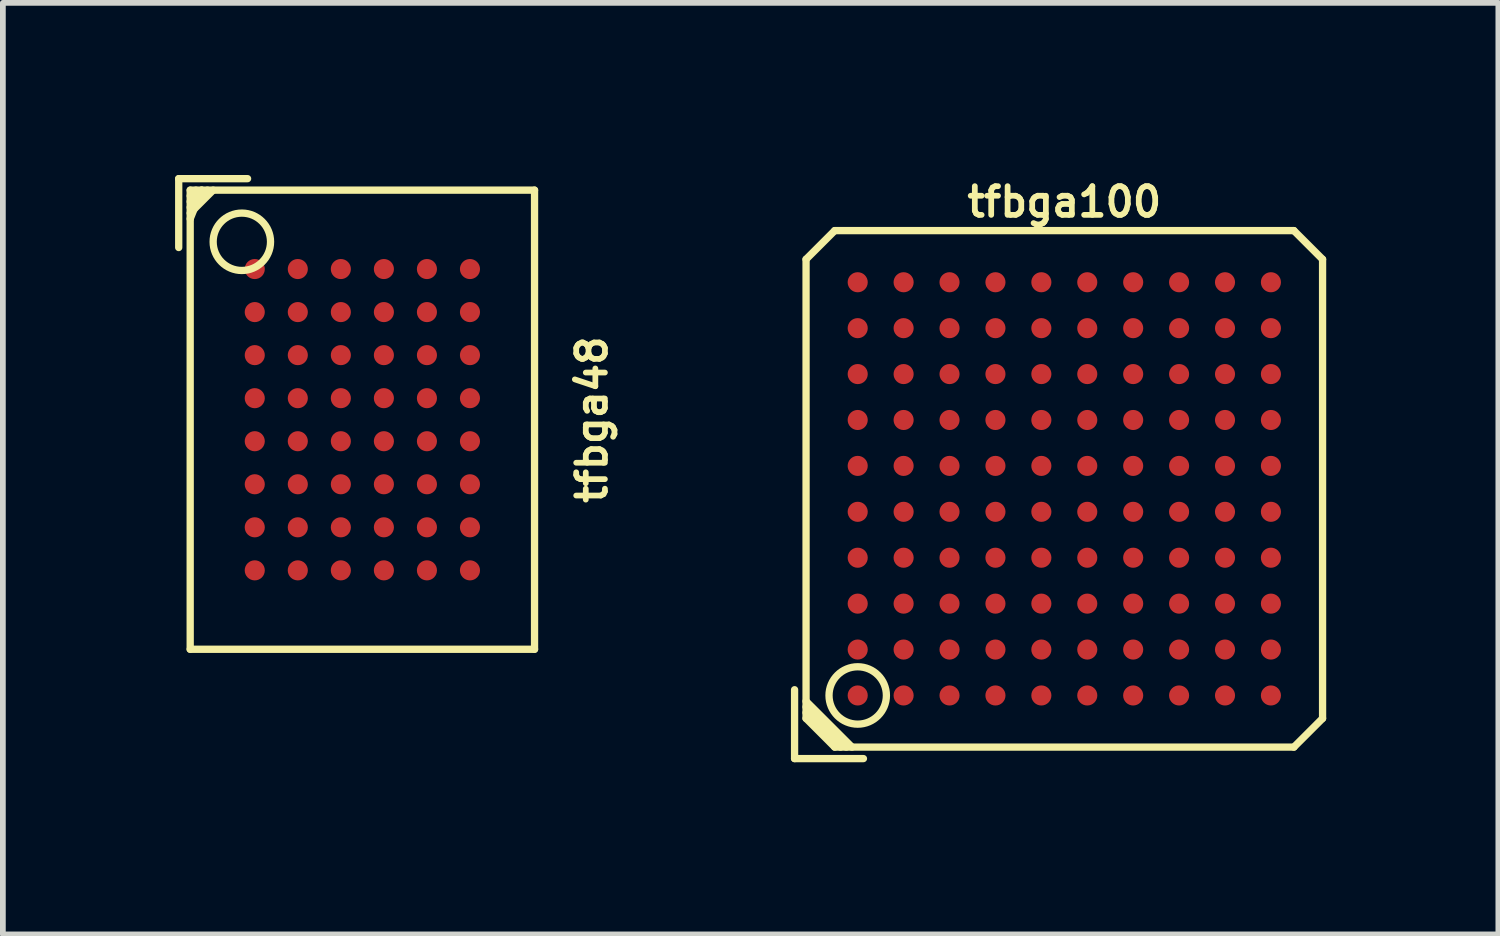
<source format=kicad_pcb>
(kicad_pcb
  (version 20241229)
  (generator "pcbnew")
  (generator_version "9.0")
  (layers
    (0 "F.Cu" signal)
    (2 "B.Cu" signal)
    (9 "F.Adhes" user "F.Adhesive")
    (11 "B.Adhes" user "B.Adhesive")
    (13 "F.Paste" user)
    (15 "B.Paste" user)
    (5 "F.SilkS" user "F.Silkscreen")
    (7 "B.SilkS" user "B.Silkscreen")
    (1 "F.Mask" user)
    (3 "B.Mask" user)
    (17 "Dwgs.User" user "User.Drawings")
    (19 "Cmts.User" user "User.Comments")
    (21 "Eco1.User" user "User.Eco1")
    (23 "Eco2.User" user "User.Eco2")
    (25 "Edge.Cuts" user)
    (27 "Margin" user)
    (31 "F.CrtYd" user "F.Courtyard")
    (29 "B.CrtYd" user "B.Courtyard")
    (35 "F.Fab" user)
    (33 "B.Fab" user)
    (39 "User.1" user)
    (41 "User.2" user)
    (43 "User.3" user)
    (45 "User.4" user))
  (footprint "tfbga48"
    (layer "F.Cu")
    (at 3.264 4.263)
    (property "Reference" "tfbga48" (at 4 0 90) (layer "F.SilkS") (effects (font (size 0.5 0.5) (thickness 0.1))))
    (attr through_hole)
    (fp_line (start -3.2 -4.2) (end -2 -4.2) (stroke (width 0.127) (type solid)) (layer "F.SilkS"))
    (fp_line (start -3.2 -3) (end -3.2 -4.2) (stroke (width 0.127) (type solid)) (layer "F.SilkS"))
    (fp_line (start -3 -4) (end 3 -4) (stroke (width 0.127) (type solid)) (layer "F.SilkS"))
    (fp_line (start -3 -3.9) (end -2.9 -4) (stroke (width 0.127) (type solid)) (layer "F.SilkS"))
    (fp_line (start -3 -3.6) (end -2.6 -4) (stroke (width 0.127) (type solid)) (layer "F.SilkS"))
    (fp_line (start -3 4) (end -3 -4) (stroke (width 0.127) (type solid)) (layer "F.SilkS"))
    (fp_line (start -2.8 -4) (end -3 -3.8) (stroke (width 0.127) (type solid)) (layer "F.SilkS"))
    (fp_line (start -2.8 -4) (end -3 -3.5) (stroke (width 0.127) (type solid)) (layer "F.SilkS"))
    (fp_line (start -2.7 -4) (end -3 -3.7) (stroke (width 0.127) (type solid)) (layer "F.SilkS"))
    (fp_line (start 3 -4) (end 3 4) (stroke (width 0.127) (type solid)) (layer "F.SilkS"))
    (fp_line (start 3 4) (end -3 4) (stroke (width 0.127) (type solid)) (layer "F.SilkS"))
    (fp_circle (center -2.1 -3.1) (end -2.5 -2.8) (stroke (width 0.127) (type solid)) (fill no) (layer "F.SilkS"))
    (pad "A1" smd circle (at -1.875 -2.625) (size 0.35 0.35) (layers "F.Cu" "F.Mask" "F.Paste"))
    (pad "A2" smd circle (at -1.125 -2.625) (size 0.35 0.35) (layers "F.Cu" "F.Mask" "F.Paste"))
    (pad "A3" smd circle (at -0.375 -2.625) (size 0.35 0.35) (layers "F.Cu" "F.Mask" "F.Paste"))
    (pad "A4" smd circle (at 0.375 -2.625) (size 0.35 0.35) (layers "F.Cu" "F.Mask" "F.Paste"))
    (pad "A5" smd circle (at 1.125 -2.625) (size 0.35 0.35) (layers "F.Cu" "F.Mask" "F.Paste"))
    (pad "A6" smd circle (at 1.875 -2.625) (size 0.35 0.35) (layers "F.Cu" "F.Mask" "F.Paste"))
    (pad "B1" smd circle (at -1.875 -1.875) (size 0.35 0.35) (layers "F.Cu" "F.Mask" "F.Paste"))
    (pad "B2" smd circle (at -1.125 -1.875) (size 0.35 0.35) (layers "F.Cu" "F.Mask" "F.Paste"))
    (pad "B3" smd circle (at -0.375 -1.875) (size 0.35 0.35) (layers "F.Cu" "F.Mask" "F.Paste"))
    (pad "B4" smd circle (at 0.375 -1.875) (size 0.35 0.35) (layers "F.Cu" "F.Mask" "F.Paste"))
    (pad "B5" smd circle (at 1.125 -1.875) (size 0.35 0.35) (layers "F.Cu" "F.Mask" "F.Paste"))
    (pad "B6" smd circle (at 1.875 -1.875) (size 0.35 0.35) (layers "F.Cu" "F.Mask" "F.Paste"))
    (pad "C1" smd circle (at -1.875 -1.125) (size 0.35 0.35) (layers "F.Cu" "F.Mask" "F.Paste"))
    (pad "C2" smd circle (at -1.125 -1.125) (size 0.35 0.35) (layers "F.Cu" "F.Mask" "F.Paste"))
    (pad "C3" smd circle (at -0.375 -1.125) (size 0.35 0.35) (layers "F.Cu" "F.Mask" "F.Paste"))
    (pad "C4" smd circle (at 0.375 -1.125) (size 0.35 0.35) (layers "F.Cu" "F.Mask" "F.Paste"))
    (pad "C5" smd circle (at 1.125 -1.125) (size 0.35 0.35) (layers "F.Cu" "F.Mask" "F.Paste"))
    (pad "C6" smd circle (at 1.875 -1.125) (size 0.35 0.35) (layers "F.Cu" "F.Mask" "F.Paste"))
    (pad "D1" smd circle (at -1.875 -0.375) (size 0.35 0.35) (layers "F.Cu" "F.Mask" "F.Paste"))
    (pad "D2" smd circle (at -1.125 -0.375) (size 0.35 0.35) (layers "F.Cu" "F.Mask" "F.Paste"))
    (pad "D3" smd circle (at -0.375 -0.375) (size 0.35 0.35) (layers "F.Cu" "F.Mask" "F.Paste"))
    (pad "D4" smd circle (at 0.375 -0.375) (size 0.35 0.35) (layers "F.Cu" "F.Mask" "F.Paste"))
    (pad "D5" smd circle (at 1.125 -0.375) (size 0.35 0.35) (layers "F.Cu" "F.Mask" "F.Paste"))
    (pad "D6" smd circle (at 1.875 -0.375) (size 0.35 0.35) (layers "F.Cu" "F.Mask" "F.Paste"))
    (pad "E1" smd circle (at -1.875 0.375) (size 0.35 0.35) (layers "F.Cu" "F.Mask" "F.Paste"))
    (pad "E2" smd circle (at -1.125 0.375) (size 0.35 0.35) (layers "F.Cu" "F.Mask" "F.Paste"))
    (pad "E3" smd circle (at -0.375 0.375) (size 0.35 0.35) (layers "F.Cu" "F.Mask" "F.Paste"))
    (pad "E4" smd circle (at 0.375 0.375) (size 0.35 0.35) (layers "F.Cu" "F.Mask" "F.Paste"))
    (pad "E5" smd circle (at 1.125 0.375) (size 0.35 0.35) (layers "F.Cu" "F.Mask" "F.Paste"))
    (pad "E6" smd circle (at 1.875 0.375) (size 0.35 0.35) (layers "F.Cu" "F.Mask" "F.Paste"))
    (pad "F1" smd circle (at -1.875 1.125) (size 0.35 0.35) (layers "F.Cu" "F.Mask" "F.Paste"))
    (pad "F2" smd circle (at -1.125 1.125) (size 0.35 0.35) (layers "F.Cu" "F.Mask" "F.Paste"))
    (pad "F3" smd circle (at -0.375 1.125) (size 0.35 0.35) (layers "F.Cu" "F.Mask" "F.Paste"))
    (pad "F4" smd circle (at 0.375 1.125) (size 0.35 0.35) (layers "F.Cu" "F.Mask" "F.Paste"))
    (pad "F5" smd circle (at 1.125 1.125) (size 0.35 0.35) (layers "F.Cu" "F.Mask" "F.Paste"))
    (pad "F6" smd circle (at 1.875 1.125) (size 0.35 0.35) (layers "F.Cu" "F.Mask" "F.Paste"))
    (pad "G1" smd circle (at -1.875 1.875) (size 0.35 0.35) (layers "F.Cu" "F.Mask" "F.Paste"))
    (pad "G2" smd circle (at -1.125 1.875) (size 0.35 0.35) (layers "F.Cu" "F.Mask" "F.Paste"))
    (pad "G3" smd circle (at -0.375 1.875) (size 0.35 0.35) (layers "F.Cu" "F.Mask" "F.Paste"))
    (pad "G4" smd circle (at 0.375 1.875) (size 0.35 0.35) (layers "F.Cu" "F.Mask" "F.Paste"))
    (pad "G5" smd circle (at 1.125 1.875) (size 0.35 0.35) (layers "F.Cu" "F.Mask" "F.Paste"))
    (pad "G6" smd circle (at 1.875 1.875) (size 0.35 0.35) (layers "F.Cu" "F.Mask" "F.Paste"))
    (pad "H1" smd circle (at -1.875 2.625) (size 0.35 0.35) (layers "F.Cu" "F.Mask" "F.Paste"))
    (pad "H2" smd circle (at -1.125 2.625) (size 0.35 0.35) (layers "F.Cu" "F.Mask" "F.Paste"))
    (pad "H3" smd circle (at -0.375 2.625) (size 0.35 0.35) (layers "F.Cu" "F.Mask" "F.Paste"))
    (pad "H4" smd circle (at 0.375 2.625) (size 0.35 0.35) (layers "F.Cu" "F.Mask" "F.Paste"))
    (pad "H5" smd circle (at 1.125 2.625) (size 0.35 0.35) (layers "F.Cu" "F.Mask" "F.Paste"))
    (pad "H6" smd circle (at 1.875 2.625) (size 0.35 0.35) (layers "F.Cu" "F.Mask" "F.Paste")))
  (footprint "tfbga100"
    (layer "F.Cu")
    (at 15.495 5.468)
    (property "Reference" "tfbga100" (at 0 -5 0) (layer "F.SilkS") (effects (font (size 0.5 0.5) (thickness 0.1))))
    (attr through_hole)
    (fp_line (start -4.7 3.5) (end -4.7 4.7) (stroke (width 0.127) (type solid)) (layer "F.SilkS"))
    (fp_line (start -4.7 4.7) (end -3.5 4.7) (stroke (width 0.127) (type solid)) (layer "F.SilkS"))
    (fp_line (start -4.5 -4) (end -4 -4.5) (stroke (width 0.127) (type solid)) (layer "F.SilkS"))
    (fp_line (start -4.5 3.7) (end -3.7 4.5) (stroke (width 0.127) (type solid)) (layer "F.SilkS"))
    (fp_line (start -4.5 3.9) (end -3.9 4.5) (stroke (width 0.127) (type solid)) (layer "F.SilkS"))
    (fp_line (start -4.5 4) (end -4.5 -4) (stroke (width 0.127) (type solid)) (layer "F.SilkS"))
    (fp_line (start -4 -4.5) (end 4 -4.5) (stroke (width 0.127) (type solid)) (layer "F.SilkS"))
    (fp_line (start -4 4.5) (end -4.5 4) (stroke (width 0.127) (type solid)) (layer "F.SilkS"))
    (fp_line (start -3.8 4.5) (end -4.5 3.8) (stroke (width 0.127) (type solid)) (layer "F.SilkS"))
    (fp_line (start 4 -4.5) (end 4.5 -4) (stroke (width 0.127) (type solid)) (layer "F.SilkS"))
    (fp_line (start 4 4.5) (end -4 4.5) (stroke (width 0.127) (type solid)) (layer "F.SilkS"))
    (fp_line (start 4.5 -4) (end 4.5 4) (stroke (width 0.127) (type solid)) (layer "F.SilkS"))
    (fp_line (start 4.5 4) (end 4 4.5) (stroke (width 0.127) (type solid)) (layer "F.SilkS"))
    (fp_circle (center -3.6 3.6) (end -4 3.9) (stroke (width 0.127) (type solid)) (fill no) (layer "F.SilkS"))
    (pad "A1" smd circle (at -3.6 3.6) (size 0.35 0.35) (layers "F.Cu" "F.Mask" "F.Paste"))
    (pad "A2" smd circle (at -2.8 3.6) (size 0.35 0.35) (layers "F.Cu" "F.Mask" "F.Paste"))
    (pad "A3" smd circle (at -2 3.6) (size 0.35 0.35) (layers "F.Cu" "F.Mask" "F.Paste"))
    (pad "A4" smd circle (at -1.2 3.6) (size 0.35 0.35) (layers "F.Cu" "F.Mask" "F.Paste"))
    (pad "A5" smd circle (at -0.4 3.6) (size 0.35 0.35) (layers "F.Cu" "F.Mask" "F.Paste"))
    (pad "A6" smd circle (at 0.4 3.6) (size 0.35 0.35) (layers "F.Cu" "F.Mask" "F.Paste"))
    (pad "A7" smd circle (at 1.2 3.6) (size 0.35 0.35) (layers "F.Cu" "F.Mask" "F.Paste"))
    (pad "A8" smd circle (at 2 3.6) (size 0.35 0.35) (layers "F.Cu" "F.Mask" "F.Paste"))
    (pad "A9" smd circle (at 2.8 3.6) (size 0.35 0.35) (layers "F.Cu" "F.Mask" "F.Paste"))
    (pad "A10" smd circle (at 3.6 3.6) (size 0.35 0.35) (layers "F.Cu" "F.Mask" "F.Paste"))
    (pad "B1" smd circle (at -3.6 2.8) (size 0.35 0.35) (layers "F.Cu" "F.Mask" "F.Paste"))
    (pad "B2" smd circle (at -2.8 2.8) (size 0.35 0.35) (layers "F.Cu" "F.Mask" "F.Paste"))
    (pad "B3" smd circle (at -2 2.8) (size 0.35 0.35) (layers "F.Cu" "F.Mask" "F.Paste"))
    (pad "B4" smd circle (at -1.2 2.8) (size 0.35 0.35) (layers "F.Cu" "F.Mask" "F.Paste"))
    (pad "B5" smd circle (at -0.4 2.8) (size 0.35 0.35) (layers "F.Cu" "F.Mask" "F.Paste"))
    (pad "B6" smd circle (at 0.4 2.8) (size 0.35 0.35) (layers "F.Cu" "F.Mask" "F.Paste"))
    (pad "B7" smd circle (at 1.2 2.8) (size 0.35 0.35) (layers "F.Cu" "F.Mask" "F.Paste"))
    (pad "B8" smd circle (at 2 2.8) (size 0.35 0.35) (layers "F.Cu" "F.Mask" "F.Paste"))
    (pad "B9" smd circle (at 2.8 2.8) (size 0.35 0.35) (layers "F.Cu" "F.Mask" "F.Paste"))
    (pad "B10" smd circle (at 3.6 2.8) (size 0.35 0.35) (layers "F.Cu" "F.Mask" "F.Paste"))
    (pad "C1" smd circle (at -3.6 2) (size 0.35 0.35) (layers "F.Cu" "F.Mask" "F.Paste"))
    (pad "C2" smd circle (at -2.8 2) (size 0.35 0.35) (layers "F.Cu" "F.Mask" "F.Paste"))
    (pad "C3" smd circle (at -2 2) (size 0.35 0.35) (layers "F.Cu" "F.Mask" "F.Paste"))
    (pad "C4" smd circle (at -1.2 2) (size 0.35 0.35) (layers "F.Cu" "F.Mask" "F.Paste"))
    (pad "C5" smd circle (at -0.4 2) (size 0.35 0.35) (layers "F.Cu" "F.Mask" "F.Paste"))
    (pad "C6" smd circle (at 0.4 2) (size 0.35 0.35) (layers "F.Cu" "F.Mask" "F.Paste"))
    (pad "C7" smd circle (at 1.2 2) (size 0.35 0.35) (layers "F.Cu" "F.Mask" "F.Paste"))
    (pad "C8" smd circle (at 2 2) (size 0.35 0.35) (layers "F.Cu" "F.Mask" "F.Paste"))
    (pad "C9" smd circle (at 2.8 2) (size 0.35 0.35) (layers "F.Cu" "F.Mask" "F.Paste"))
    (pad "C10" smd circle (at 3.6 2) (size 0.35 0.35) (layers "F.Cu" "F.Mask" "F.Paste"))
    (pad "D1" smd circle (at -3.6 1.2) (size 0.35 0.35) (layers "F.Cu" "F.Mask" "F.Paste"))
    (pad "D2" smd circle (at -2.8 1.2) (size 0.35 0.35) (layers "F.Cu" "F.Mask" "F.Paste"))
    (pad "D3" smd circle (at -2 1.2) (size 0.35 0.35) (layers "F.Cu" "F.Mask" "F.Paste"))
    (pad "D4" smd circle (at -1.2 1.2) (size 0.35 0.35) (layers "F.Cu" "F.Mask" "F.Paste"))
    (pad "D5" smd circle (at -0.4 1.2) (size 0.35 0.35) (layers "F.Cu" "F.Mask" "F.Paste"))
    (pad "D6" smd circle (at 0.4 1.2) (size 0.35 0.35) (layers "F.Cu" "F.Mask" "F.Paste"))
    (pad "D7" smd circle (at 1.2 1.2) (size 0.35 0.35) (layers "F.Cu" "F.Mask" "F.Paste"))
    (pad "D8" smd circle (at 2 1.2) (size 0.35 0.35) (layers "F.Cu" "F.Mask" "F.Paste"))
    (pad "D9" smd circle (at 2.8 1.2) (size 0.35 0.35) (layers "F.Cu" "F.Mask" "F.Paste"))
    (pad "D10" smd circle (at 3.6 1.2) (size 0.35 0.35) (layers "F.Cu" "F.Mask" "F.Paste"))
    (pad "E1" smd circle (at -3.6 0.4) (size 0.35 0.35) (layers "F.Cu" "F.Mask" "F.Paste"))
    (pad "E2" smd circle (at -2.8 0.4) (size 0.35 0.35) (layers "F.Cu" "F.Mask" "F.Paste"))
    (pad "E3" smd circle (at -2 0.4) (size 0.35 0.35) (layers "F.Cu" "F.Mask" "F.Paste"))
    (pad "E4" smd circle (at -1.2 0.4) (size 0.35 0.35) (layers "F.Cu" "F.Mask" "F.Paste"))
    (pad "E5" smd circle (at -0.4 0.4) (size 0.35 0.35) (layers "F.Cu" "F.Mask" "F.Paste"))
    (pad "E6" smd circle (at 0.4 0.4) (size 0.35 0.35) (layers "F.Cu" "F.Mask" "F.Paste"))
    (pad "E7" smd circle (at 1.2 0.4) (size 0.35 0.35) (layers "F.Cu" "F.Mask" "F.Paste"))
    (pad "E8" smd circle (at 2 0.4) (size 0.35 0.35) (layers "F.Cu" "F.Mask" "F.Paste"))
    (pad "E9" smd circle (at 2.8 0.4) (size 0.35 0.35) (layers "F.Cu" "F.Mask" "F.Paste"))
    (pad "E10" smd circle (at 3.6 0.4) (size 0.35 0.35) (layers "F.Cu" "F.Mask" "F.Paste"))
    (pad "F1" smd circle (at -3.6 -0.4) (size 0.35 0.35) (layers "F.Cu" "F.Mask" "F.Paste"))
    (pad "F2" smd circle (at -2.8 -0.4) (size 0.35 0.35) (layers "F.Cu" "F.Mask" "F.Paste"))
    (pad "F3" smd circle (at -2 -0.4) (size 0.35 0.35) (layers "F.Cu" "F.Mask" "F.Paste"))
    (pad "F4" smd circle (at -1.2 -0.4) (size 0.35 0.35) (layers "F.Cu" "F.Mask" "F.Paste"))
    (pad "F5" smd circle (at -0.4 -0.4) (size 0.35 0.35) (layers "F.Cu" "F.Mask" "F.Paste"))
    (pad "F6" smd circle (at 0.4 -0.4) (size 0.35 0.35) (layers "F.Cu" "F.Mask" "F.Paste"))
    (pad "F7" smd circle (at 1.2 -0.4) (size 0.35 0.35) (layers "F.Cu" "F.Mask" "F.Paste"))
    (pad "F8" smd circle (at 2 -0.4) (size 0.35 0.35) (layers "F.Cu" "F.Mask" "F.Paste"))
    (pad "F9" smd circle (at 2.8 -0.4) (size 0.35 0.35) (layers "F.Cu" "F.Mask" "F.Paste"))
    (pad "F10" smd circle (at 3.6 -0.4) (size 0.35 0.35) (layers "F.Cu" "F.Mask" "F.Paste"))
    (pad "G1" smd circle (at -3.6 -1.2) (size 0.35 0.35) (layers "F.Cu" "F.Mask" "F.Paste"))
    (pad "G2" smd circle (at -2.8 -1.2) (size 0.35 0.35) (layers "F.Cu" "F.Mask" "F.Paste"))
    (pad "G3" smd circle (at -2 -1.2) (size 0.35 0.35) (layers "F.Cu" "F.Mask" "F.Paste"))
    (pad "G4" smd circle (at -1.2 -1.2) (size 0.35 0.35) (layers "F.Cu" "F.Mask" "F.Paste"))
    (pad "G5" smd circle (at -0.4 -1.2) (size 0.35 0.35) (layers "F.Cu" "F.Mask" "F.Paste"))
    (pad "G6" smd circle (at 0.4 -1.2) (size 0.35 0.35) (layers "F.Cu" "F.Mask" "F.Paste"))
    (pad "G7" smd circle (at 1.2 -1.2) (size 0.35 0.35) (layers "F.Cu" "F.Mask" "F.Paste"))
    (pad "G8" smd circle (at 2 -1.2) (size 0.35 0.35) (layers "F.Cu" "F.Mask" "F.Paste"))
    (pad "G9" smd circle (at 2.8 -1.2) (size 0.35 0.35) (layers "F.Cu" "F.Mask" "F.Paste"))
    (pad "G10" smd circle (at 3.6 -1.2) (size 0.35 0.35) (layers "F.Cu" "F.Mask" "F.Paste"))
    (pad "H1" smd circle (at -3.6 -2) (size 0.35 0.35) (layers "F.Cu" "F.Mask" "F.Paste"))
    (pad "H2" smd circle (at -2.8 -2) (size 0.35 0.35) (layers "F.Cu" "F.Mask" "F.Paste"))
    (pad "H3" smd circle (at -2 -2) (size 0.35 0.35) (layers "F.Cu" "F.Mask" "F.Paste"))
    (pad "H4" smd circle (at -1.2 -2) (size 0.35 0.35) (layers "F.Cu" "F.Mask" "F.Paste"))
    (pad "H5" smd circle (at -0.4 -2) (size 0.35 0.35) (layers "F.Cu" "F.Mask" "F.Paste"))
    (pad "H6" smd circle (at 0.4 -2) (size 0.35 0.35) (layers "F.Cu" "F.Mask" "F.Paste"))
    (pad "H7" smd circle (at 1.2 -2) (size 0.35 0.35) (layers "F.Cu" "F.Mask" "F.Paste"))
    (pad "H8" smd circle (at 2 -2) (size 0.35 0.35) (layers "F.Cu" "F.Mask" "F.Paste"))
    (pad "H9" smd circle (at 2.8 -2) (size 0.35 0.35) (layers "F.Cu" "F.Mask" "F.Paste"))
    (pad "H10" smd circle (at 3.6 -2) (size 0.35 0.35) (layers "F.Cu" "F.Mask" "F.Paste"))
    (pad "J1" smd circle (at -3.6 -2.8) (size 0.35 0.35) (layers "F.Cu" "F.Mask" "F.Paste"))
    (pad "J2" smd circle (at -2.8 -2.8) (size 0.35 0.35) (layers "F.Cu" "F.Mask" "F.Paste"))
    (pad "J3" smd circle (at -2 -2.8) (size 0.35 0.35) (layers "F.Cu" "F.Mask" "F.Paste"))
    (pad "J4" smd circle (at -1.2 -2.8) (size 0.35 0.35) (layers "F.Cu" "F.Mask" "F.Paste"))
    (pad "J5" smd circle (at -0.4 -2.8) (size 0.35 0.35) (layers "F.Cu" "F.Mask" "F.Paste"))
    (pad "J6" smd circle (at 0.4 -2.8) (size 0.35 0.35) (layers "F.Cu" "F.Mask" "F.Paste"))
    (pad "J7" smd circle (at 1.2 -2.8) (size 0.35 0.35) (layers "F.Cu" "F.Mask" "F.Paste"))
    (pad "J8" smd circle (at 2 -2.8) (size 0.35 0.35) (layers "F.Cu" "F.Mask" "F.Paste"))
    (pad "J9" smd circle (at 2.8 -2.8) (size 0.35 0.35) (layers "F.Cu" "F.Mask" "F.Paste"))
    (pad "J10" smd circle (at 3.6 -2.8) (size 0.35 0.35) (layers "F.Cu" "F.Mask" "F.Paste"))
    (pad "K1" smd circle (at -3.6 -3.6) (size 0.35 0.35) (layers "F.Cu" "F.Mask" "F.Paste"))
    (pad "K2" smd circle (at -2.8 -3.6) (size 0.35 0.35) (layers "F.Cu" "F.Mask" "F.Paste"))
    (pad "K3" smd circle (at -2 -3.6) (size 0.35 0.35) (layers "F.Cu" "F.Mask" "F.Paste"))
    (pad "K4" smd circle (at -1.2 -3.6) (size 0.35 0.35) (layers "F.Cu" "F.Mask" "F.Paste"))
    (pad "K5" smd circle (at -0.4 -3.6) (size 0.35 0.35) (layers "F.Cu" "F.Mask" "F.Paste"))
    (pad "K6" smd circle (at 0.4 -3.6) (size 0.35 0.35) (layers "F.Cu" "F.Mask" "F.Paste"))
    (pad "K7" smd circle (at 1.2 -3.6) (size 0.35 0.35) (layers "F.Cu" "F.Mask" "F.Paste"))
    (pad "K8" smd circle (at 2 -3.6) (size 0.35 0.35) (layers "F.Cu" "F.Mask" "F.Paste"))
    (pad "K9" smd circle (at 2.8 -3.6) (size 0.35 0.35) (layers "F.Cu" "F.Mask" "F.Paste"))
    (pad "K10" smd circle (at 3.6 -3.6) (size 0.35 0.35) (layers "F.Cu" "F.Mask" "F.Paste")))
  (gr_rect
    (start -3 -3)
    (end 23.058 13.232)
    (stroke (width 0.1) (type default))
    (fill no)
    (layer "Edge.Cuts")))
</source>
